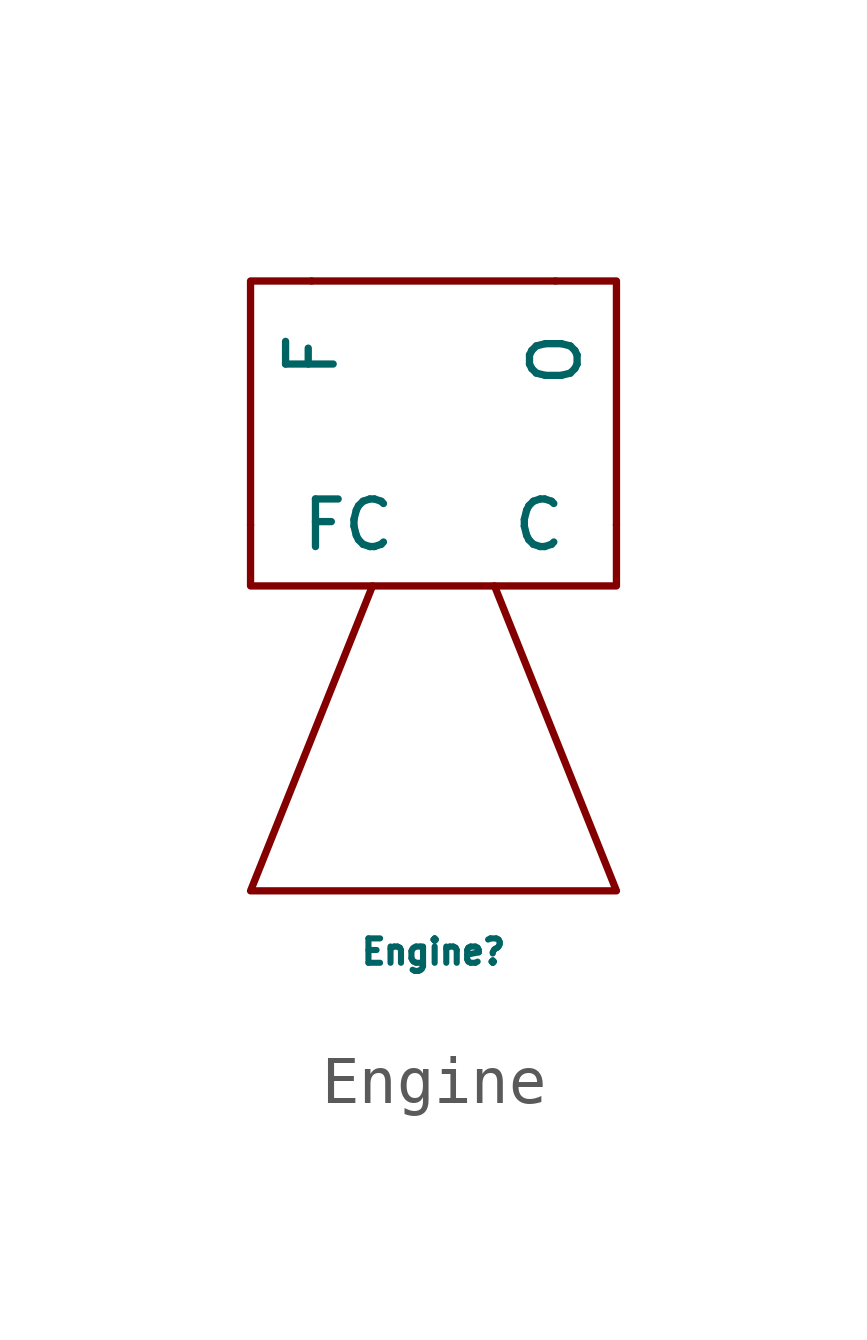
<source format=kicad_sym>
(kicad_symbol_lib
  (version 20211014)
  (generator kicad_symbol_editor)
  (symbol "Engine"
    (pin_numbers hide)
    (pin_names
      (offset 1.016))
    (property "Reference" "Engine"
      (at 0 -11.43 0)
      (effects (font (size 0.508 0.508))))
    (symbol "Engine_0_0"
      (rectangle (start -3.81 2.54) (end 3.81 -3.81) (stroke (width 0) (type default) (color 0 0 0 0)) (fill (type none)))
      (polyline (pts (xy -1.27 -3.81) (xy -3.81 -10.16) (xy 3.81 -10.16) (xy 1.27 -3.81)) (stroke (width 0) (type default) (color 0 0 0 0)) (fill (type none))))
    (symbol "Engine_1_1"
      (pin bidirectional line (at 3.81 -2.54 180) (length 0) (name "C" (effects (font (size 0.991 0.991)))) (number "~" (effects (font (size 1.27 1.27)))))
      (pin input line (at -2.54 2.54 270) (length 0) (name "F" (effects (font (size 0.991 0.991)))) (number "~" (effects (font (size 1.27 1.27)))))
      (pin input line (at -3.81 -2.54 0) (length 0) (name "FC" (effects (font (size 0.991 0.991)))) (number "~" (effects (font (size 1.27 1.27)))))
      (pin input line (at 2.54 2.54 270) (length 0) (name "O" (effects (font (size 0.991 0.991)))) (number "~" (effects (font (size 1.27 1.27))))))))
</source>
